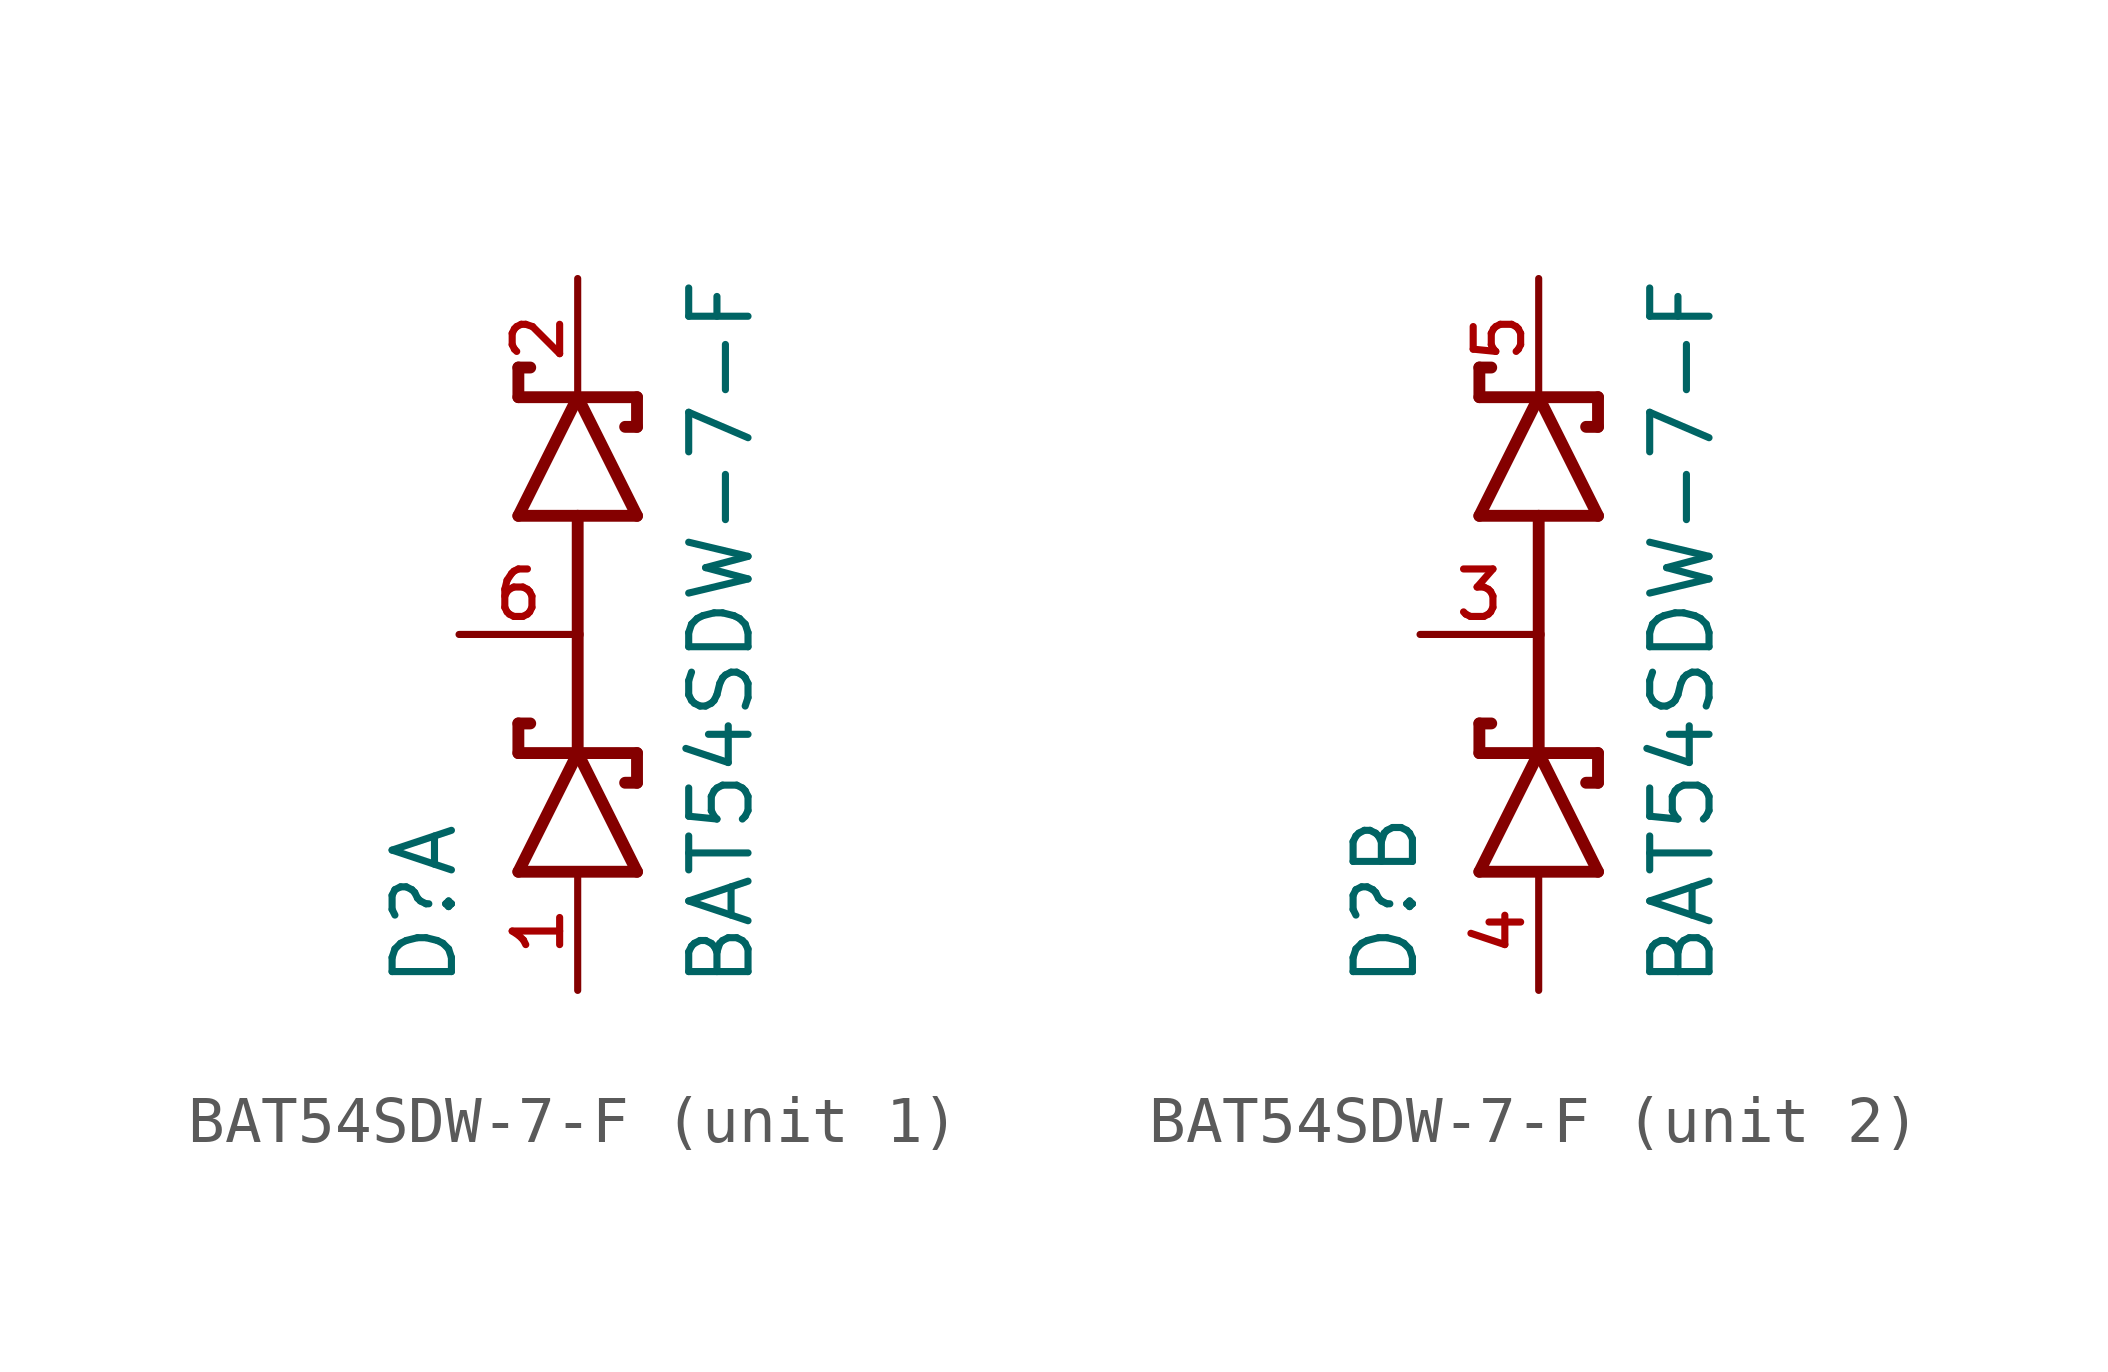
<source format=kicad_sym>
(kicad_symbol_lib
  (version 20211014)
  (generator kicad_symbol_editor)
  (symbol "BAT54SDW-7-F"
    (pin_names
      (offset 1.016))
    (property "Reference" "D"
      (at -2.54 -7.62 90)
      (effects (font (size 1.27 1.27)) (justify left bottom)))
    (property "Value" "BAT54SDW-7-F"
      (at 3.81 -7.62 90)
      (effects (font (size 1.27 1.27)) (justify left bottom)))
    (symbol "BAT54SDW-7-F_1_0"
      (polyline (pts (xy -1.27 -5.08) (xy 1.27 -5.08)) (stroke (width 0.254) (type default) (color 0 0 0 0)) (fill (type none)))
      (polyline (pts (xy -1.27 -2.54) (xy 0 -2.54)) (stroke (width 0.254) (type default) (color 0 0 0 0)) (fill (type none)))
      (polyline (pts (xy -1.27 -1.905) (xy -1.27 -2.54)) (stroke (width 0.254) (type default) (color 0 0 0 0)) (fill (type none)))
      (polyline (pts (xy -1.27 -1.905) (xy -1.016 -1.905)) (stroke (width 0.254) (type default) (color 0 0 0 0)) (fill (type none)))
      (polyline (pts (xy -1.27 2.54) (xy 0 2.54)) (stroke (width 0.254) (type default) (color 0 0 0 0)) (fill (type none)))
      (polyline (pts (xy -1.27 5.08) (xy 0 5.08)) (stroke (width 0.254) (type default) (color 0 0 0 0)) (fill (type none)))
      (polyline (pts (xy -1.27 5.715) (xy -1.27 5.08)) (stroke (width 0.254) (type default) (color 0 0 0 0)) (fill (type none)))
      (polyline (pts (xy -1.27 5.715) (xy -1.016 5.715)) (stroke (width 0.254) (type default) (color 0 0 0 0)) (fill (type none)))
      (polyline (pts (xy 0 -2.54) (xy -1.27 -5.08)) (stroke (width 0.254) (type default) (color 0 0 0 0)) (fill (type none)))
      (polyline (pts (xy 0 -2.54) (xy 1.27 -2.54)) (stroke (width 0.254) (type default) (color 0 0 0 0)) (fill (type none)))
      (polyline (pts (xy 0 0) (xy 0 -2.54)) (stroke (width 0.254) (type default) (color 0 0 0 0)) (fill (type none)))
      (polyline (pts (xy 0 0) (xy 0 2.54)) (stroke (width 0.254) (type default) (color 0 0 0 0)) (fill (type none)))
      (polyline (pts (xy 0 2.54) (xy 1.27 2.54)) (stroke (width 0.254) (type default) (color 0 0 0 0)) (fill (type none)))
      (polyline (pts (xy 0 5.08) (xy -1.27 2.54)) (stroke (width 0.254) (type default) (color 0 0 0 0)) (fill (type none)))
      (polyline (pts (xy 0 5.08) (xy 1.27 5.08)) (stroke (width 0.254) (type default) (color 0 0 0 0)) (fill (type none)))
      (polyline (pts (xy 1.016 -3.175) (xy 1.27 -3.175)) (stroke (width 0.254) (type default) (color 0 0 0 0)) (fill (type none)))
      (polyline (pts (xy 1.016 4.445) (xy 1.27 4.445)) (stroke (width 0.254) (type default) (color 0 0 0 0)) (fill (type none)))
      (polyline (pts (xy 1.27 -5.08) (xy 0 -2.54)) (stroke (width 0.254) (type default) (color 0 0 0 0)) (fill (type none)))
      (polyline (pts (xy 1.27 -2.54) (xy 1.27 -3.175)) (stroke (width 0.254) (type default) (color 0 0 0 0)) (fill (type none)))
      (polyline (pts (xy 1.27 2.54) (xy 0 5.08)) (stroke (width 0.254) (type default) (color 0 0 0 0)) (fill (type none)))
      (polyline (pts (xy 1.27 5.08) (xy 1.27 4.445)) (stroke (width 0.254) (type default) (color 0 0 0 0)) (fill (type none)))
      (pin passive line (at 0 -7.62 90) (length 2.54) (name "~" (effects (font (size 1.016 1.016)))) (number "1" (effects (font (size 1.016 1.016)))))
      (pin passive line (at 0 7.62 270) (length 2.54) (name "~" (effects (font (size 1.016 1.016)))) (number "2" (effects (font (size 1.016 1.016)))))
      (pin passive line (at -2.54 0 0) (length 2.54) (name "~" (effects (font (size 1.016 1.016)))) (number "6" (effects (font (size 1.016 1.016))))))
    (symbol "BAT54SDW-7-F_2_0"
      (polyline (pts (xy -1.27 -5.08) (xy 1.27 -5.08)) (stroke (width 0.254) (type default) (color 0 0 0 0)) (fill (type none)))
      (polyline (pts (xy -1.27 -2.54) (xy 0 -2.54)) (stroke (width 0.254) (type default) (color 0 0 0 0)) (fill (type none)))
      (polyline (pts (xy -1.27 -1.905) (xy -1.27 -2.54)) (stroke (width 0.254) (type default) (color 0 0 0 0)) (fill (type none)))
      (polyline (pts (xy -1.27 -1.905) (xy -1.016 -1.905)) (stroke (width 0.254) (type default) (color 0 0 0 0)) (fill (type none)))
      (polyline (pts (xy -1.27 2.54) (xy 0 2.54)) (stroke (width 0.254) (type default) (color 0 0 0 0)) (fill (type none)))
      (polyline (pts (xy -1.27 5.08) (xy 0 5.08)) (stroke (width 0.254) (type default) (color 0 0 0 0)) (fill (type none)))
      (polyline (pts (xy -1.27 5.715) (xy -1.27 5.08)) (stroke (width 0.254) (type default) (color 0 0 0 0)) (fill (type none)))
      (polyline (pts (xy -1.27 5.715) (xy -1.016 5.715)) (stroke (width 0.254) (type default) (color 0 0 0 0)) (fill (type none)))
      (polyline (pts (xy 0 -2.54) (xy -1.27 -5.08)) (stroke (width 0.254) (type default) (color 0 0 0 0)) (fill (type none)))
      (polyline (pts (xy 0 -2.54) (xy 1.27 -2.54)) (stroke (width 0.254) (type default) (color 0 0 0 0)) (fill (type none)))
      (polyline (pts (xy 0 0) (xy 0 -2.54)) (stroke (width 0.254) (type default) (color 0 0 0 0)) (fill (type none)))
      (polyline (pts (xy 0 0) (xy 0 2.54)) (stroke (width 0.254) (type default) (color 0 0 0 0)) (fill (type none)))
      (polyline (pts (xy 0 2.54) (xy 1.27 2.54)) (stroke (width 0.254) (type default) (color 0 0 0 0)) (fill (type none)))
      (polyline (pts (xy 0 5.08) (xy -1.27 2.54)) (stroke (width 0.254) (type default) (color 0 0 0 0)) (fill (type none)))
      (polyline (pts (xy 0 5.08) (xy 1.27 5.08)) (stroke (width 0.254) (type default) (color 0 0 0 0)) (fill (type none)))
      (polyline (pts (xy 1.016 -3.175) (xy 1.27 -3.175)) (stroke (width 0.254) (type default) (color 0 0 0 0)) (fill (type none)))
      (polyline (pts (xy 1.016 4.445) (xy 1.27 4.445)) (stroke (width 0.254) (type default) (color 0 0 0 0)) (fill (type none)))
      (polyline (pts (xy 1.27 -5.08) (xy 0 -2.54)) (stroke (width 0.254) (type default) (color 0 0 0 0)) (fill (type none)))
      (polyline (pts (xy 1.27 -2.54) (xy 1.27 -3.175)) (stroke (width 0.254) (type default) (color 0 0 0 0)) (fill (type none)))
      (polyline (pts (xy 1.27 2.54) (xy 0 5.08)) (stroke (width 0.254) (type default) (color 0 0 0 0)) (fill (type none)))
      (polyline (pts (xy 1.27 5.08) (xy 1.27 4.445)) (stroke (width 0.254) (type default) (color 0 0 0 0)) (fill (type none)))
      (pin passive line (at -2.54 0 0) (length 2.54) (name "~" (effects (font (size 1.016 1.016)))) (number "3" (effects (font (size 1.016 1.016)))))
      (pin passive line (at 0 -7.62 90) (length 2.54) (name "~" (effects (font (size 1.016 1.016)))) (number "4" (effects (font (size 1.016 1.016)))))
      (pin passive line (at 0 7.62 270) (length 2.54) (name "~" (effects (font (size 1.016 1.016)))) (number "5" (effects (font (size 1.016 1.016))))))))
</source>
